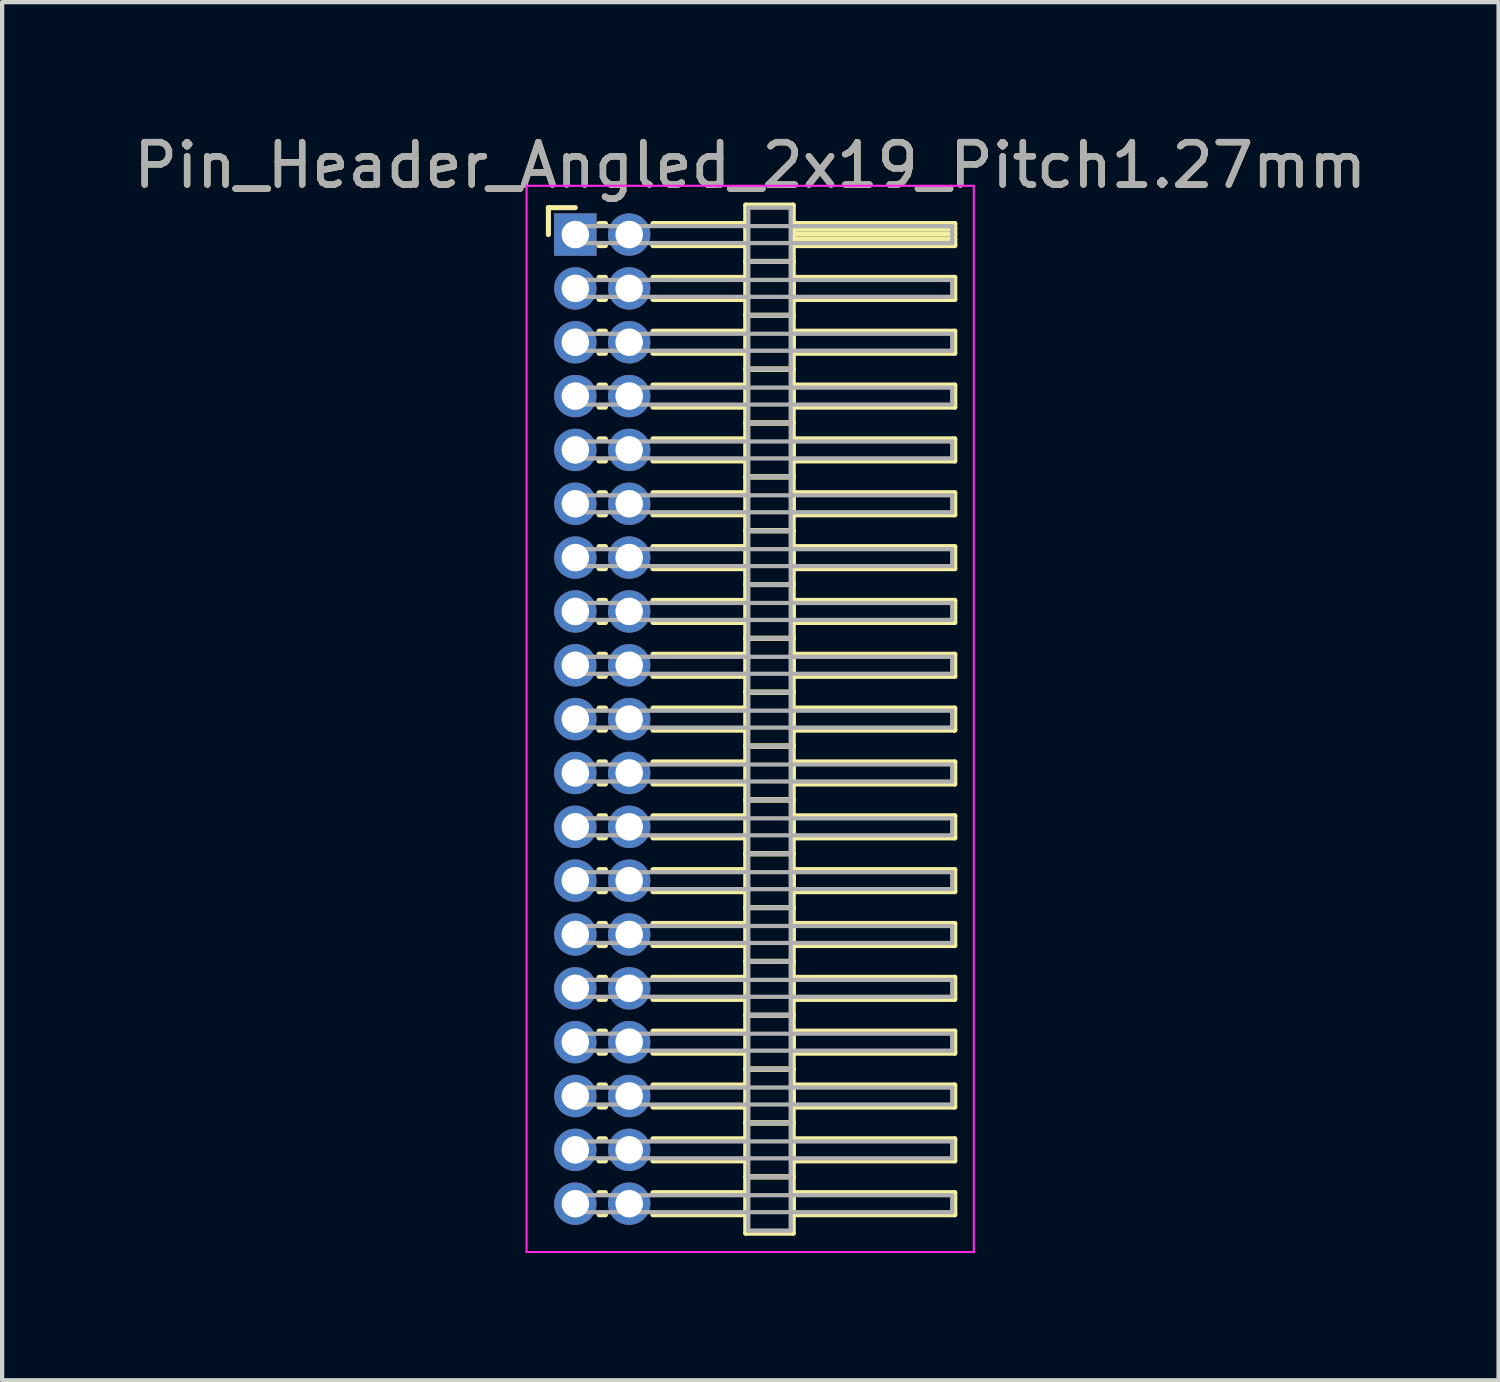
<source format=kicad_pcb>
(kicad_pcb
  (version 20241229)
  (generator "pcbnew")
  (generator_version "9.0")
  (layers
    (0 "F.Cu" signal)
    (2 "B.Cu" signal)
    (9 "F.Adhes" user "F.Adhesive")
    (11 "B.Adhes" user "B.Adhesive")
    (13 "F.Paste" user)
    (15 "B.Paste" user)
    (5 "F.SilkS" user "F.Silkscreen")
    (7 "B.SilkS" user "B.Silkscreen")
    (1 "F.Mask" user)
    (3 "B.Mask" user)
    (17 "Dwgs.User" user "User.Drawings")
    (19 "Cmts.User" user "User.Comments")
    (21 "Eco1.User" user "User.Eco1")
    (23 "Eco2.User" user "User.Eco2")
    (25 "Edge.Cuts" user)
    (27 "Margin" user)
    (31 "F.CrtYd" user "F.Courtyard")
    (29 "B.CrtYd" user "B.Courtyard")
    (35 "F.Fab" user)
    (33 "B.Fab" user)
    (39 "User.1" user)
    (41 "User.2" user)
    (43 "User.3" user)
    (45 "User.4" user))
  (footprint "Pin_Header_Angled_2x19_Pitch1.27mm"
    (layer "F.Cu")
    (at 10.521 2.483)
    (property "Reference" "Pin_Header_Angled_2x19_Pitch1.27mm" (at 4.128 -1.635 0) (layer "F.SilkS") (effects (font (size 1 1) (thickness 0.15))))
    (attr through_hole)
    (fp_line (start -0.635 -0.635) (end 0 -0.635) (stroke (width 0.12) (type solid)) (layer "F.SilkS"))
    (fp_line (start -0.635 0) (end -0.635 -0.635) (stroke (width 0.12) (type solid)) (layer "F.SilkS"))
    (fp_line (start 0.56 -0.26) (end 0.71 -0.26) (stroke (width 0.12) (type solid)) (layer "F.SilkS"))
    (fp_line (start 0.56 0.26) (end 0.71 0.26) (stroke (width 0.12) (type solid)) (layer "F.SilkS"))
    (fp_line (start 0.56 1.01) (end 0.71 1.01) (stroke (width 0.12) (type solid)) (layer "F.SilkS"))
    (fp_line (start 0.56 1.53) (end 0.71 1.53) (stroke (width 0.12) (type solid)) (layer "F.SilkS"))
    (fp_line (start 0.56 2.28) (end 0.71 2.28) (stroke (width 0.12) (type solid)) (layer "F.SilkS"))
    (fp_line (start 0.56 2.8) (end 0.71 2.8) (stroke (width 0.12) (type solid)) (layer "F.SilkS"))
    (fp_line (start 0.56 3.55) (end 0.71 3.55) (stroke (width 0.12) (type solid)) (layer "F.SilkS"))
    (fp_line (start 0.56 4.07) (end 0.71 4.07) (stroke (width 0.12) (type solid)) (layer "F.SilkS"))
    (fp_line (start 0.56 4.82) (end 0.71 4.82) (stroke (width 0.12) (type solid)) (layer "F.SilkS"))
    (fp_line (start 0.56 5.34) (end 0.71 5.34) (stroke (width 0.12) (type solid)) (layer "F.SilkS"))
    (fp_line (start 0.56 6.09) (end 0.71 6.09) (stroke (width 0.12) (type solid)) (layer "F.SilkS"))
    (fp_line (start 0.56 6.61) (end 0.71 6.61) (stroke (width 0.12) (type solid)) (layer "F.SilkS"))
    (fp_line (start 0.56 7.36) (end 0.71 7.36) (stroke (width 0.12) (type solid)) (layer "F.SilkS"))
    (fp_line (start 0.56 7.88) (end 0.71 7.88) (stroke (width 0.12) (type solid)) (layer "F.SilkS"))
    (fp_line (start 0.56 8.63) (end 0.71 8.63) (stroke (width 0.12) (type solid)) (layer "F.SilkS"))
    (fp_line (start 0.56 9.15) (end 0.71 9.15) (stroke (width 0.12) (type solid)) (layer "F.SilkS"))
    (fp_line (start 0.56 9.9) (end 0.71 9.9) (stroke (width 0.12) (type solid)) (layer "F.SilkS"))
    (fp_line (start 0.56 10.42) (end 0.71 10.42) (stroke (width 0.12) (type solid)) (layer "F.SilkS"))
    (fp_line (start 0.56 11.17) (end 0.71 11.17) (stroke (width 0.12) (type solid)) (layer "F.SilkS"))
    (fp_line (start 0.56 11.69) (end 0.71 11.69) (stroke (width 0.12) (type solid)) (layer "F.SilkS"))
    (fp_line (start 0.56 12.44) (end 0.71 12.44) (stroke (width 0.12) (type solid)) (layer "F.SilkS"))
    (fp_line (start 0.56 12.96) (end 0.71 12.96) (stroke (width 0.12) (type solid)) (layer "F.SilkS"))
    (fp_line (start 0.56 13.71) (end 0.71 13.71) (stroke (width 0.12) (type solid)) (layer "F.SilkS"))
    (fp_line (start 0.56 14.23) (end 0.71 14.23) (stroke (width 0.12) (type solid)) (layer "F.SilkS"))
    (fp_line (start 0.56 14.98) (end 0.71 14.98) (stroke (width 0.12) (type solid)) (layer "F.SilkS"))
    (fp_line (start 0.56 15.5) (end 0.71 15.5) (stroke (width 0.12) (type solid)) (layer "F.SilkS"))
    (fp_line (start 0.56 16.25) (end 0.71 16.25) (stroke (width 0.12) (type solid)) (layer "F.SilkS"))
    (fp_line (start 0.56 16.77) (end 0.71 16.77) (stroke (width 0.12) (type solid)) (layer "F.SilkS"))
    (fp_line (start 0.56 17.52) (end 0.71 17.52) (stroke (width 0.12) (type solid)) (layer "F.SilkS"))
    (fp_line (start 0.56 18.04) (end 0.71 18.04) (stroke (width 0.12) (type solid)) (layer "F.SilkS"))
    (fp_line (start 0.56 18.79) (end 0.71 18.79) (stroke (width 0.12) (type solid)) (layer "F.SilkS"))
    (fp_line (start 0.56 19.31) (end 0.71 19.31) (stroke (width 0.12) (type solid)) (layer "F.SilkS"))
    (fp_line (start 0.56 20.06) (end 0.71 20.06) (stroke (width 0.12) (type solid)) (layer "F.SilkS"))
    (fp_line (start 0.56 20.58) (end 0.71 20.58) (stroke (width 0.12) (type solid)) (layer "F.SilkS"))
    (fp_line (start 0.56 21.33) (end 0.71 21.33) (stroke (width 0.12) (type solid)) (layer "F.SilkS"))
    (fp_line (start 0.56 21.85) (end 0.71 21.85) (stroke (width 0.12) (type solid)) (layer "F.SilkS"))
    (fp_line (start 0.56 22.6) (end 0.71 22.6) (stroke (width 0.12) (type solid)) (layer "F.SilkS"))
    (fp_line (start 0.56 23.12) (end 0.71 23.12) (stroke (width 0.12) (type solid)) (layer "F.SilkS"))
    (fp_line (start 1.83 -0.26) (end 4.02 -0.26) (stroke (width 0.12) (type solid)) (layer "F.SilkS"))
    (fp_line (start 1.83 0.26) (end 4.02 0.26) (stroke (width 0.12) (type solid)) (layer "F.SilkS"))
    (fp_line (start 1.83 1.01) (end 4.02 1.01) (stroke (width 0.12) (type solid)) (layer "F.SilkS"))
    (fp_line (start 1.83 1.53) (end 4.02 1.53) (stroke (width 0.12) (type solid)) (layer "F.SilkS"))
    (fp_line (start 1.83 2.28) (end 4.02 2.28) (stroke (width 0.12) (type solid)) (layer "F.SilkS"))
    (fp_line (start 1.83 2.8) (end 4.02 2.8) (stroke (width 0.12) (type solid)) (layer "F.SilkS"))
    (fp_line (start 1.83 3.55) (end 4.02 3.55) (stroke (width 0.12) (type solid)) (layer "F.SilkS"))
    (fp_line (start 1.83 4.07) (end 4.02 4.07) (stroke (width 0.12) (type solid)) (layer "F.SilkS"))
    (fp_line (start 1.83 4.82) (end 4.02 4.82) (stroke (width 0.12) (type solid)) (layer "F.SilkS"))
    (fp_line (start 1.83 5.34) (end 4.02 5.34) (stroke (width 0.12) (type solid)) (layer "F.SilkS"))
    (fp_line (start 1.83 6.09) (end 4.02 6.09) (stroke (width 0.12) (type solid)) (layer "F.SilkS"))
    (fp_line (start 1.83 6.61) (end 4.02 6.61) (stroke (width 0.12) (type solid)) (layer "F.SilkS"))
    (fp_line (start 1.83 7.36) (end 4.02 7.36) (stroke (width 0.12) (type solid)) (layer "F.SilkS"))
    (fp_line (start 1.83 7.88) (end 4.02 7.88) (stroke (width 0.12) (type solid)) (layer "F.SilkS"))
    (fp_line (start 1.83 8.63) (end 4.02 8.63) (stroke (width 0.12) (type solid)) (layer "F.SilkS"))
    (fp_line (start 1.83 9.15) (end 4.02 9.15) (stroke (width 0.12) (type solid)) (layer "F.SilkS"))
    (fp_line (start 1.83 9.9) (end 4.02 9.9) (stroke (width 0.12) (type solid)) (layer "F.SilkS"))
    (fp_line (start 1.83 10.42) (end 4.02 10.42) (stroke (width 0.12) (type solid)) (layer "F.SilkS"))
    (fp_line (start 1.83 11.17) (end 4.02 11.17) (stroke (width 0.12) (type solid)) (layer "F.SilkS"))
    (fp_line (start 1.83 11.69) (end 4.02 11.69) (stroke (width 0.12) (type solid)) (layer "F.SilkS"))
    (fp_line (start 1.83 12.44) (end 4.02 12.44) (stroke (width 0.12) (type solid)) (layer "F.SilkS"))
    (fp_line (start 1.83 12.96) (end 4.02 12.96) (stroke (width 0.12) (type solid)) (layer "F.SilkS"))
    (fp_line (start 1.83 13.71) (end 4.02 13.71) (stroke (width 0.12) (type solid)) (layer "F.SilkS"))
    (fp_line (start 1.83 14.23) (end 4.02 14.23) (stroke (width 0.12) (type solid)) (layer "F.SilkS"))
    (fp_line (start 1.83 14.98) (end 4.02 14.98) (stroke (width 0.12) (type solid)) (layer "F.SilkS"))
    (fp_line (start 1.83 15.5) (end 4.02 15.5) (stroke (width 0.12) (type solid)) (layer "F.SilkS"))
    (fp_line (start 1.83 16.25) (end 4.02 16.25) (stroke (width 0.12) (type solid)) (layer "F.SilkS"))
    (fp_line (start 1.83 16.77) (end 4.02 16.77) (stroke (width 0.12) (type solid)) (layer "F.SilkS"))
    (fp_line (start 1.83 17.52) (end 4.02 17.52) (stroke (width 0.12) (type solid)) (layer "F.SilkS"))
    (fp_line (start 1.83 18.04) (end 4.02 18.04) (stroke (width 0.12) (type solid)) (layer "F.SilkS"))
    (fp_line (start 1.83 18.79) (end 4.02 18.79) (stroke (width 0.12) (type solid)) (layer "F.SilkS"))
    (fp_line (start 1.83 19.31) (end 4.02 19.31) (stroke (width 0.12) (type solid)) (layer "F.SilkS"))
    (fp_line (start 1.83 20.06) (end 4.02 20.06) (stroke (width 0.12) (type solid)) (layer "F.SilkS"))
    (fp_line (start 1.83 20.58) (end 4.02 20.58) (stroke (width 0.12) (type solid)) (layer "F.SilkS"))
    (fp_line (start 1.83 21.33) (end 4.02 21.33) (stroke (width 0.12) (type solid)) (layer "F.SilkS"))
    (fp_line (start 1.83 21.85) (end 4.02 21.85) (stroke (width 0.12) (type solid)) (layer "F.SilkS"))
    (fp_line (start 1.83 22.6) (end 4.02 22.6) (stroke (width 0.12) (type solid)) (layer "F.SilkS"))
    (fp_line (start 1.83 23.12) (end 4.02 23.12) (stroke (width 0.12) (type solid)) (layer "F.SilkS"))
    (fp_line (start 4.02 -0.695) (end 4.02 0.635) (stroke (width 0.12) (type solid)) (layer "F.SilkS"))
    (fp_line (start 4.02 0.635) (end 4.02 1.905) (stroke (width 0.12) (type solid)) (layer "F.SilkS"))
    (fp_line (start 4.02 0.635) (end 5.14 0.635) (stroke (width 0.12) (type solid)) (layer "F.SilkS"))
    (fp_line (start 4.02 1.905) (end 4.02 3.175) (stroke (width 0.12) (type solid)) (layer "F.SilkS"))
    (fp_line (start 4.02 1.905) (end 5.14 1.905) (stroke (width 0.12) (type solid)) (layer "F.SilkS"))
    (fp_line (start 4.02 3.175) (end 4.02 4.445) (stroke (width 0.12) (type solid)) (layer "F.SilkS"))
    (fp_line (start 4.02 3.175) (end 5.14 3.175) (stroke (width 0.12) (type solid)) (layer "F.SilkS"))
    (fp_line (start 4.02 4.445) (end 4.02 5.715) (stroke (width 0.12) (type solid)) (layer "F.SilkS"))
    (fp_line (start 4.02 4.445) (end 5.14 4.445) (stroke (width 0.12) (type solid)) (layer "F.SilkS"))
    (fp_line (start 4.02 5.715) (end 4.02 6.985) (stroke (width 0.12) (type solid)) (layer "F.SilkS"))
    (fp_line (start 4.02 5.715) (end 5.14 5.715) (stroke (width 0.12) (type solid)) (layer "F.SilkS"))
    (fp_line (start 4.02 6.985) (end 4.02 8.255) (stroke (width 0.12) (type solid)) (layer "F.SilkS"))
    (fp_line (start 4.02 6.985) (end 5.14 6.985) (stroke (width 0.12) (type solid)) (layer "F.SilkS"))
    (fp_line (start 4.02 8.255) (end 4.02 9.525) (stroke (width 0.12) (type solid)) (layer "F.SilkS"))
    (fp_line (start 4.02 8.255) (end 5.14 8.255) (stroke (width 0.12) (type solid)) (layer "F.SilkS"))
    (fp_line (start 4.02 9.525) (end 4.02 10.795) (stroke (width 0.12) (type solid)) (layer "F.SilkS"))
    (fp_line (start 4.02 9.525) (end 5.14 9.525) (stroke (width 0.12) (type solid)) (layer "F.SilkS"))
    (fp_line (start 4.02 10.795) (end 4.02 12.065) (stroke (width 0.12) (type solid)) (layer "F.SilkS"))
    (fp_line (start 4.02 10.795) (end 5.14 10.795) (stroke (width 0.12) (type solid)) (layer "F.SilkS"))
    (fp_line (start 4.02 12.065) (end 4.02 13.335) (stroke (width 0.12) (type solid)) (layer "F.SilkS"))
    (fp_line (start 4.02 12.065) (end 5.14 12.065) (stroke (width 0.12) (type solid)) (layer "F.SilkS"))
    (fp_line (start 4.02 13.335) (end 4.02 14.605) (stroke (width 0.12) (type solid)) (layer "F.SilkS"))
    (fp_line (start 4.02 13.335) (end 5.14 13.335) (stroke (width 0.12) (type solid)) (layer "F.SilkS"))
    (fp_line (start 4.02 14.605) (end 4.02 15.875) (stroke (width 0.12) (type solid)) (layer "F.SilkS"))
    (fp_line (start 4.02 14.605) (end 5.14 14.605) (stroke (width 0.12) (type solid)) (layer "F.SilkS"))
    (fp_line (start 4.02 15.875) (end 4.02 17.145) (stroke (width 0.12) (type solid)) (layer "F.SilkS"))
    (fp_line (start 4.02 15.875) (end 5.14 15.875) (stroke (width 0.12) (type solid)) (layer "F.SilkS"))
    (fp_line (start 4.02 17.145) (end 4.02 18.415) (stroke (width 0.12) (type solid)) (layer "F.SilkS"))
    (fp_line (start 4.02 17.145) (end 5.14 17.145) (stroke (width 0.12) (type solid)) (layer "F.SilkS"))
    (fp_line (start 4.02 18.415) (end 4.02 19.685) (stroke (width 0.12) (type solid)) (layer "F.SilkS"))
    (fp_line (start 4.02 18.415) (end 5.14 18.415) (stroke (width 0.12) (type solid)) (layer "F.SilkS"))
    (fp_line (start 4.02 19.685) (end 4.02 20.955) (stroke (width 0.12) (type solid)) (layer "F.SilkS"))
    (fp_line (start 4.02 19.685) (end 5.14 19.685) (stroke (width 0.12) (type solid)) (layer "F.SilkS"))
    (fp_line (start 4.02 20.955) (end 4.02 22.225) (stroke (width 0.12) (type solid)) (layer "F.SilkS"))
    (fp_line (start 4.02 20.955) (end 5.14 20.955) (stroke (width 0.12) (type solid)) (layer "F.SilkS"))
    (fp_line (start 4.02 22.225) (end 4.02 23.555) (stroke (width 0.12) (type solid)) (layer "F.SilkS"))
    (fp_line (start 4.02 22.225) (end 5.14 22.225) (stroke (width 0.12) (type solid)) (layer "F.SilkS"))
    (fp_line (start 4.02 23.555) (end 5.14 23.555) (stroke (width 0.12) (type solid)) (layer "F.SilkS"))
    (fp_line (start 5.14 -0.695) (end 4.02 -0.695) (stroke (width 0.12) (type solid)) (layer "F.SilkS"))
    (fp_line (start 5.14 -0.26) (end 5.14 0.26) (stroke (width 0.12) (type solid)) (layer "F.SilkS"))
    (fp_line (start 5.14 -0.14) (end 8.95 -0.14) (stroke (width 0.12) (type solid)) (layer "F.SilkS"))
    (fp_line (start 5.14 -0.02) (end 8.95 -0.02) (stroke (width 0.12) (type solid)) (layer "F.SilkS"))
    (fp_line (start 5.14 0.1) (end 8.95 0.1) (stroke (width 0.12) (type solid)) (layer "F.SilkS"))
    (fp_line (start 5.14 0.22) (end 8.95 0.22) (stroke (width 0.12) (type solid)) (layer "F.SilkS"))
    (fp_line (start 5.14 0.26) (end 8.95 0.26) (stroke (width 0.12) (type solid)) (layer "F.SilkS"))
    (fp_line (start 5.14 0.635) (end 4.02 0.635) (stroke (width 0.12) (type solid)) (layer "F.SilkS"))
    (fp_line (start 5.14 0.635) (end 5.14 -0.695) (stroke (width 0.12) (type solid)) (layer "F.SilkS"))
    (fp_line (start 5.14 1.01) (end 5.14 1.53) (stroke (width 0.12) (type solid)) (layer "F.SilkS"))
    (fp_line (start 5.14 1.53) (end 8.95 1.53) (stroke (width 0.12) (type solid)) (layer "F.SilkS"))
    (fp_line (start 5.14 1.905) (end 4.02 1.905) (stroke (width 0.12) (type solid)) (layer "F.SilkS"))
    (fp_line (start 5.14 1.905) (end 5.14 0.635) (stroke (width 0.12) (type solid)) (layer "F.SilkS"))
    (fp_line (start 5.14 2.28) (end 5.14 2.8) (stroke (width 0.12) (type solid)) (layer "F.SilkS"))
    (fp_line (start 5.14 2.8) (end 8.95 2.8) (stroke (width 0.12) (type solid)) (layer "F.SilkS"))
    (fp_line (start 5.14 3.175) (end 4.02 3.175) (stroke (width 0.12) (type solid)) (layer "F.SilkS"))
    (fp_line (start 5.14 3.175) (end 5.14 1.905) (stroke (width 0.12) (type solid)) (layer "F.SilkS"))
    (fp_line (start 5.14 3.55) (end 5.14 4.07) (stroke (width 0.12) (type solid)) (layer "F.SilkS"))
    (fp_line (start 5.14 4.07) (end 8.95 4.07) (stroke (width 0.12) (type solid)) (layer "F.SilkS"))
    (fp_line (start 5.14 4.445) (end 4.02 4.445) (stroke (width 0.12) (type solid)) (layer "F.SilkS"))
    (fp_line (start 5.14 4.445) (end 5.14 3.175) (stroke (width 0.12) (type solid)) (layer "F.SilkS"))
    (fp_line (start 5.14 4.82) (end 5.14 5.34) (stroke (width 0.12) (type solid)) (layer "F.SilkS"))
    (fp_line (start 5.14 5.34) (end 8.95 5.34) (stroke (width 0.12) (type solid)) (layer "F.SilkS"))
    (fp_line (start 5.14 5.715) (end 4.02 5.715) (stroke (width 0.12) (type solid)) (layer "F.SilkS"))
    (fp_line (start 5.14 5.715) (end 5.14 4.445) (stroke (width 0.12) (type solid)) (layer "F.SilkS"))
    (fp_line (start 5.14 6.09) (end 5.14 6.61) (stroke (width 0.12) (type solid)) (layer "F.SilkS"))
    (fp_line (start 5.14 6.61) (end 8.95 6.61) (stroke (width 0.12) (type solid)) (layer "F.SilkS"))
    (fp_line (start 5.14 6.985) (end 4.02 6.985) (stroke (width 0.12) (type solid)) (layer "F.SilkS"))
    (fp_line (start 5.14 6.985) (end 5.14 5.715) (stroke (width 0.12) (type solid)) (layer "F.SilkS"))
    (fp_line (start 5.14 7.36) (end 5.14 7.88) (stroke (width 0.12) (type solid)) (layer "F.SilkS"))
    (fp_line (start 5.14 7.88) (end 8.95 7.88) (stroke (width 0.12) (type solid)) (layer "F.SilkS"))
    (fp_line (start 5.14 8.255) (end 4.02 8.255) (stroke (width 0.12) (type solid)) (layer "F.SilkS"))
    (fp_line (start 5.14 8.255) (end 5.14 6.985) (stroke (width 0.12) (type solid)) (layer "F.SilkS"))
    (fp_line (start 5.14 8.63) (end 5.14 9.15) (stroke (width 0.12) (type solid)) (layer "F.SilkS"))
    (fp_line (start 5.14 9.15) (end 8.95 9.15) (stroke (width 0.12) (type solid)) (layer "F.SilkS"))
    (fp_line (start 5.14 9.525) (end 4.02 9.525) (stroke (width 0.12) (type solid)) (layer "F.SilkS"))
    (fp_line (start 5.14 9.525) (end 5.14 8.255) (stroke (width 0.12) (type solid)) (layer "F.SilkS"))
    (fp_line (start 5.14 9.9) (end 5.14 10.42) (stroke (width 0.12) (type solid)) (layer "F.SilkS"))
    (fp_line (start 5.14 10.42) (end 8.95 10.42) (stroke (width 0.12) (type solid)) (layer "F.SilkS"))
    (fp_line (start 5.14 10.795) (end 4.02 10.795) (stroke (width 0.12) (type solid)) (layer "F.SilkS"))
    (fp_line (start 5.14 10.795) (end 5.14 9.525) (stroke (width 0.12) (type solid)) (layer "F.SilkS"))
    (fp_line (start 5.14 11.17) (end 5.14 11.69) (stroke (width 0.12) (type solid)) (layer "F.SilkS"))
    (fp_line (start 5.14 11.69) (end 8.95 11.69) (stroke (width 0.12) (type solid)) (layer "F.SilkS"))
    (fp_line (start 5.14 12.065) (end 4.02 12.065) (stroke (width 0.12) (type solid)) (layer "F.SilkS"))
    (fp_line (start 5.14 12.065) (end 5.14 10.795) (stroke (width 0.12) (type solid)) (layer "F.SilkS"))
    (fp_line (start 5.14 12.44) (end 5.14 12.96) (stroke (width 0.12) (type solid)) (layer "F.SilkS"))
    (fp_line (start 5.14 12.96) (end 8.95 12.96) (stroke (width 0.12) (type solid)) (layer "F.SilkS"))
    (fp_line (start 5.14 13.335) (end 4.02 13.335) (stroke (width 0.12) (type solid)) (layer "F.SilkS"))
    (fp_line (start 5.14 13.335) (end 5.14 12.065) (stroke (width 0.12) (type solid)) (layer "F.SilkS"))
    (fp_line (start 5.14 13.71) (end 5.14 14.23) (stroke (width 0.12) (type solid)) (layer "F.SilkS"))
    (fp_line (start 5.14 14.23) (end 8.95 14.23) (stroke (width 0.12) (type solid)) (layer "F.SilkS"))
    (fp_line (start 5.14 14.605) (end 4.02 14.605) (stroke (width 0.12) (type solid)) (layer "F.SilkS"))
    (fp_line (start 5.14 14.605) (end 5.14 13.335) (stroke (width 0.12) (type solid)) (layer "F.SilkS"))
    (fp_line (start 5.14 14.98) (end 5.14 15.5) (stroke (width 0.12) (type solid)) (layer "F.SilkS"))
    (fp_line (start 5.14 15.5) (end 8.95 15.5) (stroke (width 0.12) (type solid)) (layer "F.SilkS"))
    (fp_line (start 5.14 15.875) (end 4.02 15.875) (stroke (width 0.12) (type solid)) (layer "F.SilkS"))
    (fp_line (start 5.14 15.875) (end 5.14 14.605) (stroke (width 0.12) (type solid)) (layer "F.SilkS"))
    (fp_line (start 5.14 16.25) (end 5.14 16.77) (stroke (width 0.12) (type solid)) (layer "F.SilkS"))
    (fp_line (start 5.14 16.77) (end 8.95 16.77) (stroke (width 0.12) (type solid)) (layer "F.SilkS"))
    (fp_line (start 5.14 17.145) (end 4.02 17.145) (stroke (width 0.12) (type solid)) (layer "F.SilkS"))
    (fp_line (start 5.14 17.145) (end 5.14 15.875) (stroke (width 0.12) (type solid)) (layer "F.SilkS"))
    (fp_line (start 5.14 17.52) (end 5.14 18.04) (stroke (width 0.12) (type solid)) (layer "F.SilkS"))
    (fp_line (start 5.14 18.04) (end 8.95 18.04) (stroke (width 0.12) (type solid)) (layer "F.SilkS"))
    (fp_line (start 5.14 18.415) (end 4.02 18.415) (stroke (width 0.12) (type solid)) (layer "F.SilkS"))
    (fp_line (start 5.14 18.415) (end 5.14 17.145) (stroke (width 0.12) (type solid)) (layer "F.SilkS"))
    (fp_line (start 5.14 18.79) (end 5.14 19.31) (stroke (width 0.12) (type solid)) (layer "F.SilkS"))
    (fp_line (start 5.14 19.31) (end 8.95 19.31) (stroke (width 0.12) (type solid)) (layer "F.SilkS"))
    (fp_line (start 5.14 19.685) (end 4.02 19.685) (stroke (width 0.12) (type solid)) (layer "F.SilkS"))
    (fp_line (start 5.14 19.685) (end 5.14 18.415) (stroke (width 0.12) (type solid)) (layer "F.SilkS"))
    (fp_line (start 5.14 20.06) (end 5.14 20.58) (stroke (width 0.12) (type solid)) (layer "F.SilkS"))
    (fp_line (start 5.14 20.58) (end 8.95 20.58) (stroke (width 0.12) (type solid)) (layer "F.SilkS"))
    (fp_line (start 5.14 20.955) (end 4.02 20.955) (stroke (width 0.12) (type solid)) (layer "F.SilkS"))
    (fp_line (start 5.14 20.955) (end 5.14 19.685) (stroke (width 0.12) (type solid)) (layer "F.SilkS"))
    (fp_line (start 5.14 21.33) (end 5.14 21.85) (stroke (width 0.12) (type solid)) (layer "F.SilkS"))
    (fp_line (start 5.14 21.85) (end 8.95 21.85) (stroke (width 0.12) (type solid)) (layer "F.SilkS"))
    (fp_line (start 5.14 22.225) (end 4.02 22.225) (stroke (width 0.12) (type solid)) (layer "F.SilkS"))
    (fp_line (start 5.14 22.225) (end 5.14 20.955) (stroke (width 0.12) (type solid)) (layer "F.SilkS"))
    (fp_line (start 5.14 22.6) (end 5.14 23.12) (stroke (width 0.12) (type solid)) (layer "F.SilkS"))
    (fp_line (start 5.14 23.12) (end 8.95 23.12) (stroke (width 0.12) (type solid)) (layer "F.SilkS"))
    (fp_line (start 5.14 23.555) (end 5.14 22.225) (stroke (width 0.12) (type solid)) (layer "F.SilkS"))
    (fp_line (start 8.95 -0.26) (end 5.14 -0.26) (stroke (width 0.12) (type solid)) (layer "F.SilkS"))
    (fp_line (start 8.95 0.26) (end 8.95 -0.26) (stroke (width 0.12) (type solid)) (layer "F.SilkS"))
    (fp_line (start 8.95 1.01) (end 5.14 1.01) (stroke (width 0.12) (type solid)) (layer "F.SilkS"))
    (fp_line (start 8.95 1.53) (end 8.95 1.01) (stroke (width 0.12) (type solid)) (layer "F.SilkS"))
    (fp_line (start 8.95 2.28) (end 5.14 2.28) (stroke (width 0.12) (type solid)) (layer "F.SilkS"))
    (fp_line (start 8.95 2.8) (end 8.95 2.28) (stroke (width 0.12) (type solid)) (layer "F.SilkS"))
    (fp_line (start 8.95 3.55) (end 5.14 3.55) (stroke (width 0.12) (type solid)) (layer "F.SilkS"))
    (fp_line (start 8.95 4.07) (end 8.95 3.55) (stroke (width 0.12) (type solid)) (layer "F.SilkS"))
    (fp_line (start 8.95 4.82) (end 5.14 4.82) (stroke (width 0.12) (type solid)) (layer "F.SilkS"))
    (fp_line (start 8.95 5.34) (end 8.95 4.82) (stroke (width 0.12) (type solid)) (layer "F.SilkS"))
    (fp_line (start 8.95 6.09) (end 5.14 6.09) (stroke (width 0.12) (type solid)) (layer "F.SilkS"))
    (fp_line (start 8.95 6.61) (end 8.95 6.09) (stroke (width 0.12) (type solid)) (layer "F.SilkS"))
    (fp_line (start 8.95 7.36) (end 5.14 7.36) (stroke (width 0.12) (type solid)) (layer "F.SilkS"))
    (fp_line (start 8.95 7.88) (end 8.95 7.36) (stroke (width 0.12) (type solid)) (layer "F.SilkS"))
    (fp_line (start 8.95 8.63) (end 5.14 8.63) (stroke (width 0.12) (type solid)) (layer "F.SilkS"))
    (fp_line (start 8.95 9.15) (end 8.95 8.63) (stroke (width 0.12) (type solid)) (layer "F.SilkS"))
    (fp_line (start 8.95 9.9) (end 5.14 9.9) (stroke (width 0.12) (type solid)) (layer "F.SilkS"))
    (fp_line (start 8.95 10.42) (end 8.95 9.9) (stroke (width 0.12) (type solid)) (layer "F.SilkS"))
    (fp_line (start 8.95 11.17) (end 5.14 11.17) (stroke (width 0.12) (type solid)) (layer "F.SilkS"))
    (fp_line (start 8.95 11.69) (end 8.95 11.17) (stroke (width 0.12) (type solid)) (layer "F.SilkS"))
    (fp_line (start 8.95 12.44) (end 5.14 12.44) (stroke (width 0.12) (type solid)) (layer "F.SilkS"))
    (fp_line (start 8.95 12.96) (end 8.95 12.44) (stroke (width 0.12) (type solid)) (layer "F.SilkS"))
    (fp_line (start 8.95 13.71) (end 5.14 13.71) (stroke (width 0.12) (type solid)) (layer "F.SilkS"))
    (fp_line (start 8.95 14.23) (end 8.95 13.71) (stroke (width 0.12) (type solid)) (layer "F.SilkS"))
    (fp_line (start 8.95 14.98) (end 5.14 14.98) (stroke (width 0.12) (type solid)) (layer "F.SilkS"))
    (fp_line (start 8.95 15.5) (end 8.95 14.98) (stroke (width 0.12) (type solid)) (layer "F.SilkS"))
    (fp_line (start 8.95 16.25) (end 5.14 16.25) (stroke (width 0.12) (type solid)) (layer "F.SilkS"))
    (fp_line (start 8.95 16.77) (end 8.95 16.25) (stroke (width 0.12) (type solid)) (layer "F.SilkS"))
    (fp_line (start 8.95 17.52) (end 5.14 17.52) (stroke (width 0.12) (type solid)) (layer "F.SilkS"))
    (fp_line (start 8.95 18.04) (end 8.95 17.52) (stroke (width 0.12) (type solid)) (layer "F.SilkS"))
    (fp_line (start 8.95 18.79) (end 5.14 18.79) (stroke (width 0.12) (type solid)) (layer "F.SilkS"))
    (fp_line (start 8.95 19.31) (end 8.95 18.79) (stroke (width 0.12) (type solid)) (layer "F.SilkS"))
    (fp_line (start 8.95 20.06) (end 5.14 20.06) (stroke (width 0.12) (type solid)) (layer "F.SilkS"))
    (fp_line (start 8.95 20.58) (end 8.95 20.06) (stroke (width 0.12) (type solid)) (layer "F.SilkS"))
    (fp_line (start 8.95 21.33) (end 5.14 21.33) (stroke (width 0.12) (type solid)) (layer "F.SilkS"))
    (fp_line (start 8.95 21.85) (end 8.95 21.33) (stroke (width 0.12) (type solid)) (layer "F.SilkS"))
    (fp_line (start 8.95 22.6) (end 5.14 22.6) (stroke (width 0.12) (type solid)) (layer "F.SilkS"))
    (fp_line (start 8.95 23.12) (end 8.95 22.6) (stroke (width 0.12) (type solid)) (layer "F.SilkS"))
    (fp_line (start -1.15 -1.15) (end -1.15 24) (stroke (width 0.05) (type solid)) (layer "F.CrtYd"))
    (fp_line (start -1.15 24) (end 9.4 24) (stroke (width 0.05) (type solid)) (layer "F.CrtYd"))
    (fp_line (start 9.4 -1.15) (end -1.15 -1.15) (stroke (width 0.05) (type solid)) (layer "F.CrtYd"))
    (fp_line (start 9.4 24) (end 9.4 -1.15) (stroke (width 0.05) (type solid)) (layer "F.CrtYd"))
    (fp_line (start 0 -0.2) (end 0 0.2) (stroke (width 0.1) (type solid)) (layer "F.Fab"))
    (fp_line (start 0 0.2) (end 8.89 0.2) (stroke (width 0.1) (type solid)) (layer "F.Fab"))
    (fp_line (start 0 1.07) (end 0 1.47) (stroke (width 0.1) (type solid)) (layer "F.Fab"))
    (fp_line (start 0 1.47) (end 8.89 1.47) (stroke (width 0.1) (type solid)) (layer "F.Fab"))
    (fp_line (start 0 2.34) (end 0 2.74) (stroke (width 0.1) (type solid)) (layer "F.Fab"))
    (fp_line (start 0 2.74) (end 8.89 2.74) (stroke (width 0.1) (type solid)) (layer "F.Fab"))
    (fp_line (start 0 3.61) (end 0 4.01) (stroke (width 0.1) (type solid)) (layer "F.Fab"))
    (fp_line (start 0 4.01) (end 8.89 4.01) (stroke (width 0.1) (type solid)) (layer "F.Fab"))
    (fp_line (start 0 4.88) (end 0 5.28) (stroke (width 0.1) (type solid)) (layer "F.Fab"))
    (fp_line (start 0 5.28) (end 8.89 5.28) (stroke (width 0.1) (type solid)) (layer "F.Fab"))
    (fp_line (start 0 6.15) (end 0 6.55) (stroke (width 0.1) (type solid)) (layer "F.Fab"))
    (fp_line (start 0 6.55) (end 8.89 6.55) (stroke (width 0.1) (type solid)) (layer "F.Fab"))
    (fp_line (start 0 7.42) (end 0 7.82) (stroke (width 0.1) (type solid)) (layer "F.Fab"))
    (fp_line (start 0 7.82) (end 8.89 7.82) (stroke (width 0.1) (type solid)) (layer "F.Fab"))
    (fp_line (start 0 8.69) (end 0 9.09) (stroke (width 0.1) (type solid)) (layer "F.Fab"))
    (fp_line (start 0 9.09) (end 8.89 9.09) (stroke (width 0.1) (type solid)) (layer "F.Fab"))
    (fp_line (start 0 9.96) (end 0 10.36) (stroke (width 0.1) (type solid)) (layer "F.Fab"))
    (fp_line (start 0 10.36) (end 8.89 10.36) (stroke (width 0.1) (type solid)) (layer "F.Fab"))
    (fp_line (start 0 11.23) (end 0 11.63) (stroke (width 0.1) (type solid)) (layer "F.Fab"))
    (fp_line (start 0 11.63) (end 8.89 11.63) (stroke (width 0.1) (type solid)) (layer "F.Fab"))
    (fp_line (start 0 12.5) (end 0 12.9) (stroke (width 0.1) (type solid)) (layer "F.Fab"))
    (fp_line (start 0 12.9) (end 8.89 12.9) (stroke (width 0.1) (type solid)) (layer "F.Fab"))
    (fp_line (start 0 13.77) (end 0 14.17) (stroke (width 0.1) (type solid)) (layer "F.Fab"))
    (fp_line (start 0 14.17) (end 8.89 14.17) (stroke (width 0.1) (type solid)) (layer "F.Fab"))
    (fp_line (start 0 15.04) (end 0 15.44) (stroke (width 0.1) (type solid)) (layer "F.Fab"))
    (fp_line (start 0 15.44) (end 8.89 15.44) (stroke (width 0.1) (type solid)) (layer "F.Fab"))
    (fp_line (start 0 16.31) (end 0 16.71) (stroke (width 0.1) (type solid)) (layer "F.Fab"))
    (fp_line (start 0 16.71) (end 8.89 16.71) (stroke (width 0.1) (type solid)) (layer "F.Fab"))
    (fp_line (start 0 17.58) (end 0 17.98) (stroke (width 0.1) (type solid)) (layer "F.Fab"))
    (fp_line (start 0 17.98) (end 8.89 17.98) (stroke (width 0.1) (type solid)) (layer "F.Fab"))
    (fp_line (start 0 18.85) (end 0 19.25) (stroke (width 0.1) (type solid)) (layer "F.Fab"))
    (fp_line (start 0 19.25) (end 8.89 19.25) (stroke (width 0.1) (type solid)) (layer "F.Fab"))
    (fp_line (start 0 20.12) (end 0 20.52) (stroke (width 0.1) (type solid)) (layer "F.Fab"))
    (fp_line (start 0 20.52) (end 8.89 20.52) (stroke (width 0.1) (type solid)) (layer "F.Fab"))
    (fp_line (start 0 21.39) (end 0 21.79) (stroke (width 0.1) (type solid)) (layer "F.Fab"))
    (fp_line (start 0 21.79) (end 8.89 21.79) (stroke (width 0.1) (type solid)) (layer "F.Fab"))
    (fp_line (start 0 22.66) (end 0 23.06) (stroke (width 0.1) (type solid)) (layer "F.Fab"))
    (fp_line (start 0 23.06) (end 8.89 23.06) (stroke (width 0.1) (type solid)) (layer "F.Fab"))
    (fp_line (start 4.08 -0.635) (end 4.08 0.635) (stroke (width 0.1) (type solid)) (layer "F.Fab"))
    (fp_line (start 4.08 0.635) (end 4.08 1.905) (stroke (width 0.1) (type solid)) (layer "F.Fab"))
    (fp_line (start 4.08 0.635) (end 5.08 0.635) (stroke (width 0.1) (type solid)) (layer "F.Fab"))
    (fp_line (start 4.08 1.905) (end 4.08 3.175) (stroke (width 0.1) (type solid)) (layer "F.Fab"))
    (fp_line (start 4.08 1.905) (end 5.08 1.905) (stroke (width 0.1) (type solid)) (layer "F.Fab"))
    (fp_line (start 4.08 3.175) (end 4.08 4.445) (stroke (width 0.1) (type solid)) (layer "F.Fab"))
    (fp_line (start 4.08 3.175) (end 5.08 3.175) (stroke (width 0.1) (type solid)) (layer "F.Fab"))
    (fp_line (start 4.08 4.445) (end 4.08 5.715) (stroke (width 0.1) (type solid)) (layer "F.Fab"))
    (fp_line (start 4.08 4.445) (end 5.08 4.445) (stroke (width 0.1) (type solid)) (layer "F.Fab"))
    (fp_line (start 4.08 5.715) (end 4.08 6.985) (stroke (width 0.1) (type solid)) (layer "F.Fab"))
    (fp_line (start 4.08 5.715) (end 5.08 5.715) (stroke (width 0.1) (type solid)) (layer "F.Fab"))
    (fp_line (start 4.08 6.985) (end 4.08 8.255) (stroke (width 0.1) (type solid)) (layer "F.Fab"))
    (fp_line (start 4.08 6.985) (end 5.08 6.985) (stroke (width 0.1) (type solid)) (layer "F.Fab"))
    (fp_line (start 4.08 8.255) (end 4.08 9.525) (stroke (width 0.1) (type solid)) (layer "F.Fab"))
    (fp_line (start 4.08 8.255) (end 5.08 8.255) (stroke (width 0.1) (type solid)) (layer "F.Fab"))
    (fp_line (start 4.08 9.525) (end 4.08 10.795) (stroke (width 0.1) (type solid)) (layer "F.Fab"))
    (fp_line (start 4.08 9.525) (end 5.08 9.525) (stroke (width 0.1) (type solid)) (layer "F.Fab"))
    (fp_line (start 4.08 10.795) (end 4.08 12.065) (stroke (width 0.1) (type solid)) (layer "F.Fab"))
    (fp_line (start 4.08 10.795) (end 5.08 10.795) (stroke (width 0.1) (type solid)) (layer "F.Fab"))
    (fp_line (start 4.08 12.065) (end 4.08 13.335) (stroke (width 0.1) (type solid)) (layer "F.Fab"))
    (fp_line (start 4.08 12.065) (end 5.08 12.065) (stroke (width 0.1) (type solid)) (layer "F.Fab"))
    (fp_line (start 4.08 13.335) (end 4.08 14.605) (stroke (width 0.1) (type solid)) (layer "F.Fab"))
    (fp_line (start 4.08 13.335) (end 5.08 13.335) (stroke (width 0.1) (type solid)) (layer "F.Fab"))
    (fp_line (start 4.08 14.605) (end 4.08 15.875) (stroke (width 0.1) (type solid)) (layer "F.Fab"))
    (fp_line (start 4.08 14.605) (end 5.08 14.605) (stroke (width 0.1) (type solid)) (layer "F.Fab"))
    (fp_line (start 4.08 15.875) (end 4.08 17.145) (stroke (width 0.1) (type solid)) (layer "F.Fab"))
    (fp_line (start 4.08 15.875) (end 5.08 15.875) (stroke (width 0.1) (type solid)) (layer "F.Fab"))
    (fp_line (start 4.08 17.145) (end 4.08 18.415) (stroke (width 0.1) (type solid)) (layer "F.Fab"))
    (fp_line (start 4.08 17.145) (end 5.08 17.145) (stroke (width 0.1) (type solid)) (layer "F.Fab"))
    (fp_line (start 4.08 18.415) (end 4.08 19.685) (stroke (width 0.1) (type solid)) (layer "F.Fab"))
    (fp_line (start 4.08 18.415) (end 5.08 18.415) (stroke (width 0.1) (type solid)) (layer "F.Fab"))
    (fp_line (start 4.08 19.685) (end 4.08 20.955) (stroke (width 0.1) (type solid)) (layer "F.Fab"))
    (fp_line (start 4.08 19.685) (end 5.08 19.685) (stroke (width 0.1) (type solid)) (layer "F.Fab"))
    (fp_line (start 4.08 20.955) (end 4.08 22.225) (stroke (width 0.1) (type solid)) (layer "F.Fab"))
    (fp_line (start 4.08 20.955) (end 5.08 20.955) (stroke (width 0.1) (type solid)) (layer "F.Fab"))
    (fp_line (start 4.08 22.225) (end 4.08 23.495) (stroke (width 0.1) (type solid)) (layer "F.Fab"))
    (fp_line (start 4.08 22.225) (end 5.08 22.225) (stroke (width 0.1) (type solid)) (layer "F.Fab"))
    (fp_line (start 4.08 23.495) (end 5.08 23.495) (stroke (width 0.1) (type solid)) (layer "F.Fab"))
    (fp_line (start 5.08 -0.635) (end 4.08 -0.635) (stroke (width 0.1) (type solid)) (layer "F.Fab"))
    (fp_line (start 5.08 0.635) (end 4.08 0.635) (stroke (width 0.1) (type solid)) (layer "F.Fab"))
    (fp_line (start 5.08 0.635) (end 5.08 -0.635) (stroke (width 0.1) (type solid)) (layer "F.Fab"))
    (fp_line (start 5.08 1.905) (end 4.08 1.905) (stroke (width 0.1) (type solid)) (layer "F.Fab"))
    (fp_line (start 5.08 1.905) (end 5.08 0.635) (stroke (width 0.1) (type solid)) (layer "F.Fab"))
    (fp_line (start 5.08 3.175) (end 4.08 3.175) (stroke (width 0.1) (type solid)) (layer "F.Fab"))
    (fp_line (start 5.08 3.175) (end 5.08 1.905) (stroke (width 0.1) (type solid)) (layer "F.Fab"))
    (fp_line (start 5.08 4.445) (end 4.08 4.445) (stroke (width 0.1) (type solid)) (layer "F.Fab"))
    (fp_line (start 5.08 4.445) (end 5.08 3.175) (stroke (width 0.1) (type solid)) (layer "F.Fab"))
    (fp_line (start 5.08 5.715) (end 4.08 5.715) (stroke (width 0.1) (type solid)) (layer "F.Fab"))
    (fp_line (start 5.08 5.715) (end 5.08 4.445) (stroke (width 0.1) (type solid)) (layer "F.Fab"))
    (fp_line (start 5.08 6.985) (end 4.08 6.985) (stroke (width 0.1) (type solid)) (layer "F.Fab"))
    (fp_line (start 5.08 6.985) (end 5.08 5.715) (stroke (width 0.1) (type solid)) (layer "F.Fab"))
    (fp_line (start 5.08 8.255) (end 4.08 8.255) (stroke (width 0.1) (type solid)) (layer "F.Fab"))
    (fp_line (start 5.08 8.255) (end 5.08 6.985) (stroke (width 0.1) (type solid)) (layer "F.Fab"))
    (fp_line (start 5.08 9.525) (end 4.08 9.525) (stroke (width 0.1) (type solid)) (layer "F.Fab"))
    (fp_line (start 5.08 9.525) (end 5.08 8.255) (stroke (width 0.1) (type solid)) (layer "F.Fab"))
    (fp_line (start 5.08 10.795) (end 4.08 10.795) (stroke (width 0.1) (type solid)) (layer "F.Fab"))
    (fp_line (start 5.08 10.795) (end 5.08 9.525) (stroke (width 0.1) (type solid)) (layer "F.Fab"))
    (fp_line (start 5.08 12.065) (end 4.08 12.065) (stroke (width 0.1) (type solid)) (layer "F.Fab"))
    (fp_line (start 5.08 12.065) (end 5.08 10.795) (stroke (width 0.1) (type solid)) (layer "F.Fab"))
    (fp_line (start 5.08 13.335) (end 4.08 13.335) (stroke (width 0.1) (type solid)) (layer "F.Fab"))
    (fp_line (start 5.08 13.335) (end 5.08 12.065) (stroke (width 0.1) (type solid)) (layer "F.Fab"))
    (fp_line (start 5.08 14.605) (end 4.08 14.605) (stroke (width 0.1) (type solid)) (layer "F.Fab"))
    (fp_line (start 5.08 14.605) (end 5.08 13.335) (stroke (width 0.1) (type solid)) (layer "F.Fab"))
    (fp_line (start 5.08 15.875) (end 4.08 15.875) (stroke (width 0.1) (type solid)) (layer "F.Fab"))
    (fp_line (start 5.08 15.875) (end 5.08 14.605) (stroke (width 0.1) (type solid)) (layer "F.Fab"))
    (fp_line (start 5.08 17.145) (end 4.08 17.145) (stroke (width 0.1) (type solid)) (layer "F.Fab"))
    (fp_line (start 5.08 17.145) (end 5.08 15.875) (stroke (width 0.1) (type solid)) (layer "F.Fab"))
    (fp_line (start 5.08 18.415) (end 4.08 18.415) (stroke (width 0.1) (type solid)) (layer "F.Fab"))
    (fp_line (start 5.08 18.415) (end 5.08 17.145) (stroke (width 0.1) (type solid)) (layer "F.Fab"))
    (fp_line (start 5.08 19.685) (end 4.08 19.685) (stroke (width 0.1) (type solid)) (layer "F.Fab"))
    (fp_line (start 5.08 19.685) (end 5.08 18.415) (stroke (width 0.1) (type solid)) (layer "F.Fab"))
    (fp_line (start 5.08 20.955) (end 4.08 20.955) (stroke (width 0.1) (type solid)) (layer "F.Fab"))
    (fp_line (start 5.08 20.955) (end 5.08 19.685) (stroke (width 0.1) (type solid)) (layer "F.Fab"))
    (fp_line (start 5.08 22.225) (end 4.08 22.225) (stroke (width 0.1) (type solid)) (layer "F.Fab"))
    (fp_line (start 5.08 22.225) (end 5.08 20.955) (stroke (width 0.1) (type solid)) (layer "F.Fab"))
    (fp_line (start 5.08 23.495) (end 5.08 22.225) (stroke (width 0.1) (type solid)) (layer "F.Fab"))
    (fp_line (start 8.89 -0.2) (end 0 -0.2) (stroke (width 0.1) (type solid)) (layer "F.Fab"))
    (fp_line (start 8.89 0.2) (end 8.89 -0.2) (stroke (width 0.1) (type solid)) (layer "F.Fab"))
    (fp_line (start 8.89 1.07) (end 0 1.07) (stroke (width 0.1) (type solid)) (layer "F.Fab"))
    (fp_line (start 8.89 1.47) (end 8.89 1.07) (stroke (width 0.1) (type solid)) (layer "F.Fab"))
    (fp_line (start 8.89 2.34) (end 0 2.34) (stroke (width 0.1) (type solid)) (layer "F.Fab"))
    (fp_line (start 8.89 2.74) (end 8.89 2.34) (stroke (width 0.1) (type solid)) (layer "F.Fab"))
    (fp_line (start 8.89 3.61) (end 0 3.61) (stroke (width 0.1) (type solid)) (layer "F.Fab"))
    (fp_line (start 8.89 4.01) (end 8.89 3.61) (stroke (width 0.1) (type solid)) (layer "F.Fab"))
    (fp_line (start 8.89 4.88) (end 0 4.88) (stroke (width 0.1) (type solid)) (layer "F.Fab"))
    (fp_line (start 8.89 5.28) (end 8.89 4.88) (stroke (width 0.1) (type solid)) (layer "F.Fab"))
    (fp_line (start 8.89 6.15) (end 0 6.15) (stroke (width 0.1) (type solid)) (layer "F.Fab"))
    (fp_line (start 8.89 6.55) (end 8.89 6.15) (stroke (width 0.1) (type solid)) (layer "F.Fab"))
    (fp_line (start 8.89 7.42) (end 0 7.42) (stroke (width 0.1) (type solid)) (layer "F.Fab"))
    (fp_line (start 8.89 7.82) (end 8.89 7.42) (stroke (width 0.1) (type solid)) (layer "F.Fab"))
    (fp_line (start 8.89 8.69) (end 0 8.69) (stroke (width 0.1) (type solid)) (layer "F.Fab"))
    (fp_line (start 8.89 9.09) (end 8.89 8.69) (stroke (width 0.1) (type solid)) (layer "F.Fab"))
    (fp_line (start 8.89 9.96) (end 0 9.96) (stroke (width 0.1) (type solid)) (layer "F.Fab"))
    (fp_line (start 8.89 10.36) (end 8.89 9.96) (stroke (width 0.1) (type solid)) (layer "F.Fab"))
    (fp_line (start 8.89 11.23) (end 0 11.23) (stroke (width 0.1) (type solid)) (layer "F.Fab"))
    (fp_line (start 8.89 11.63) (end 8.89 11.23) (stroke (width 0.1) (type solid)) (layer "F.Fab"))
    (fp_line (start 8.89 12.5) (end 0 12.5) (stroke (width 0.1) (type solid)) (layer "F.Fab"))
    (fp_line (start 8.89 12.9) (end 8.89 12.5) (stroke (width 0.1) (type solid)) (layer "F.Fab"))
    (fp_line (start 8.89 13.77) (end 0 13.77) (stroke (width 0.1) (type solid)) (layer "F.Fab"))
    (fp_line (start 8.89 14.17) (end 8.89 13.77) (stroke (width 0.1) (type solid)) (layer "F.Fab"))
    (fp_line (start 8.89 15.04) (end 0 15.04) (stroke (width 0.1) (type solid)) (layer "F.Fab"))
    (fp_line (start 8.89 15.44) (end 8.89 15.04) (stroke (width 0.1) (type solid)) (layer "F.Fab"))
    (fp_line (start 8.89 16.31) (end 0 16.31) (stroke (width 0.1) (type solid)) (layer "F.Fab"))
    (fp_line (start 8.89 16.71) (end 8.89 16.31) (stroke (width 0.1) (type solid)) (layer "F.Fab"))
    (fp_line (start 8.89 17.58) (end 0 17.58) (stroke (width 0.1) (type solid)) (layer "F.Fab"))
    (fp_line (start 8.89 17.98) (end 8.89 17.58) (stroke (width 0.1) (type solid)) (layer "F.Fab"))
    (fp_line (start 8.89 18.85) (end 0 18.85) (stroke (width 0.1) (type solid)) (layer "F.Fab"))
    (fp_line (start 8.89 19.25) (end 8.89 18.85) (stroke (width 0.1) (type solid)) (layer "F.Fab"))
    (fp_line (start 8.89 20.12) (end 0 20.12) (stroke (width 0.1) (type solid)) (layer "F.Fab"))
    (fp_line (start 8.89 20.52) (end 8.89 20.12) (stroke (width 0.1) (type solid)) (layer "F.Fab"))
    (fp_line (start 8.89 21.39) (end 0 21.39) (stroke (width 0.1) (type solid)) (layer "F.Fab"))
    (fp_line (start 8.89 21.79) (end 8.89 21.39) (stroke (width 0.1) (type solid)) (layer "F.Fab"))
    (fp_line (start 8.89 22.66) (end 0 22.66) (stroke (width 0.1) (type solid)) (layer "F.Fab"))
    (fp_line (start 8.89 23.06) (end 8.89 22.66) (stroke (width 0.1) (type solid)) (layer "F.Fab"))
    (fp_text user "${REFERENCE}" (at 4.128 -1.635 0) (layer "F.Fab") (effects (font (size 1 1) (thickness 0.15))))
    (pad "1" thru_hole rect (at 0 0) (size 1 1) (drill 0.65) (layers "*.Cu" "*.Mask"))
    (pad "2" thru_hole oval (at 1.27 0) (size 1 1) (drill 0.65) (layers "*.Cu" "*.Mask"))
    (pad "3" thru_hole oval (at 0 1.27) (size 1 1) (drill 0.65) (layers "*.Cu" "*.Mask"))
    (pad "4" thru_hole oval (at 1.27 1.27) (size 1 1) (drill 0.65) (layers "*.Cu" "*.Mask"))
    (pad "5" thru_hole oval (at 0 2.54) (size 1 1) (drill 0.65) (layers "*.Cu" "*.Mask"))
    (pad "6" thru_hole oval (at 1.27 2.54) (size 1 1) (drill 0.65) (layers "*.Cu" "*.Mask"))
    (pad "7" thru_hole oval (at 0 3.81) (size 1 1) (drill 0.65) (layers "*.Cu" "*.Mask"))
    (pad "8" thru_hole oval (at 1.27 3.81) (size 1 1) (drill 0.65) (layers "*.Cu" "*.Mask"))
    (pad "9" thru_hole oval (at 0 5.08) (size 1 1) (drill 0.65) (layers "*.Cu" "*.Mask"))
    (pad "10" thru_hole oval (at 1.27 5.08) (size 1 1) (drill 0.65) (layers "*.Cu" "*.Mask"))
    (pad "11" thru_hole oval (at 0 6.35) (size 1 1) (drill 0.65) (layers "*.Cu" "*.Mask"))
    (pad "12" thru_hole oval (at 1.27 6.35) (size 1 1) (drill 0.65) (layers "*.Cu" "*.Mask"))
    (pad "13" thru_hole oval (at 0 7.62) (size 1 1) (drill 0.65) (layers "*.Cu" "*.Mask"))
    (pad "14" thru_hole oval (at 1.27 7.62) (size 1 1) (drill 0.65) (layers "*.Cu" "*.Mask"))
    (pad "15" thru_hole oval (at 0 8.89) (size 1 1) (drill 0.65) (layers "*.Cu" "*.Mask"))
    (pad "16" thru_hole oval (at 1.27 8.89) (size 1 1) (drill 0.65) (layers "*.Cu" "*.Mask"))
    (pad "17" thru_hole oval (at 0 10.16) (size 1 1) (drill 0.65) (layers "*.Cu" "*.Mask"))
    (pad "18" thru_hole oval (at 1.27 10.16) (size 1 1) (drill 0.65) (layers "*.Cu" "*.Mask"))
    (pad "19" thru_hole oval (at 0 11.43) (size 1 1) (drill 0.65) (layers "*.Cu" "*.Mask"))
    (pad "20" thru_hole oval (at 1.27 11.43) (size 1 1) (drill 0.65) (layers "*.Cu" "*.Mask"))
    (pad "21" thru_hole oval (at 0 12.7) (size 1 1) (drill 0.65) (layers "*.Cu" "*.Mask"))
    (pad "22" thru_hole oval (at 1.27 12.7) (size 1 1) (drill 0.65) (layers "*.Cu" "*.Mask"))
    (pad "23" thru_hole oval (at 0 13.97) (size 1 1) (drill 0.65) (layers "*.Cu" "*.Mask"))
    (pad "24" thru_hole oval (at 1.27 13.97) (size 1 1) (drill 0.65) (layers "*.Cu" "*.Mask"))
    (pad "25" thru_hole oval (at 0 15.24) (size 1 1) (drill 0.65) (layers "*.Cu" "*.Mask"))
    (pad "26" thru_hole oval (at 1.27 15.24) (size 1 1) (drill 0.65) (layers "*.Cu" "*.Mask"))
    (pad "27" thru_hole oval (at 0 16.51) (size 1 1) (drill 0.65) (layers "*.Cu" "*.Mask"))
    (pad "28" thru_hole oval (at 1.27 16.51) (size 1 1) (drill 0.65) (layers "*.Cu" "*.Mask"))
    (pad "29" thru_hole oval (at 0 17.78) (size 1 1) (drill 0.65) (layers "*.Cu" "*.Mask"))
    (pad "30" thru_hole oval (at 1.27 17.78) (size 1 1) (drill 0.65) (layers "*.Cu" "*.Mask"))
    (pad "31" thru_hole oval (at 0 19.05) (size 1 1) (drill 0.65) (layers "*.Cu" "*.Mask"))
    (pad "32" thru_hole oval (at 1.27 19.05) (size 1 1) (drill 0.65) (layers "*.Cu" "*.Mask"))
    (pad "33" thru_hole oval (at 0 20.32) (size 1 1) (drill 0.65) (layers "*.Cu" "*.Mask"))
    (pad "34" thru_hole oval (at 1.27 20.32) (size 1 1) (drill 0.65) (layers "*.Cu" "*.Mask"))
    (pad "35" thru_hole oval (at 0 21.59) (size 1 1) (drill 0.65) (layers "*.Cu" "*.Mask"))
    (pad "36" thru_hole oval (at 1.27 21.59) (size 1 1) (drill 0.65) (layers "*.Cu" "*.Mask"))
    (pad "37" thru_hole oval (at 0 22.86) (size 1 1) (drill 0.65) (layers "*.Cu" "*.Mask"))
    (pad "38" thru_hole oval (at 1.27 22.86) (size 1 1) (drill 0.65) (layers "*.Cu" "*.Mask")))
  (gr_rect
    (start -3 -3)
    (end 32.298 29.508)
    (stroke (width 0.1) (type default))
    (fill no)
    (layer "Edge.Cuts")))
</source>
